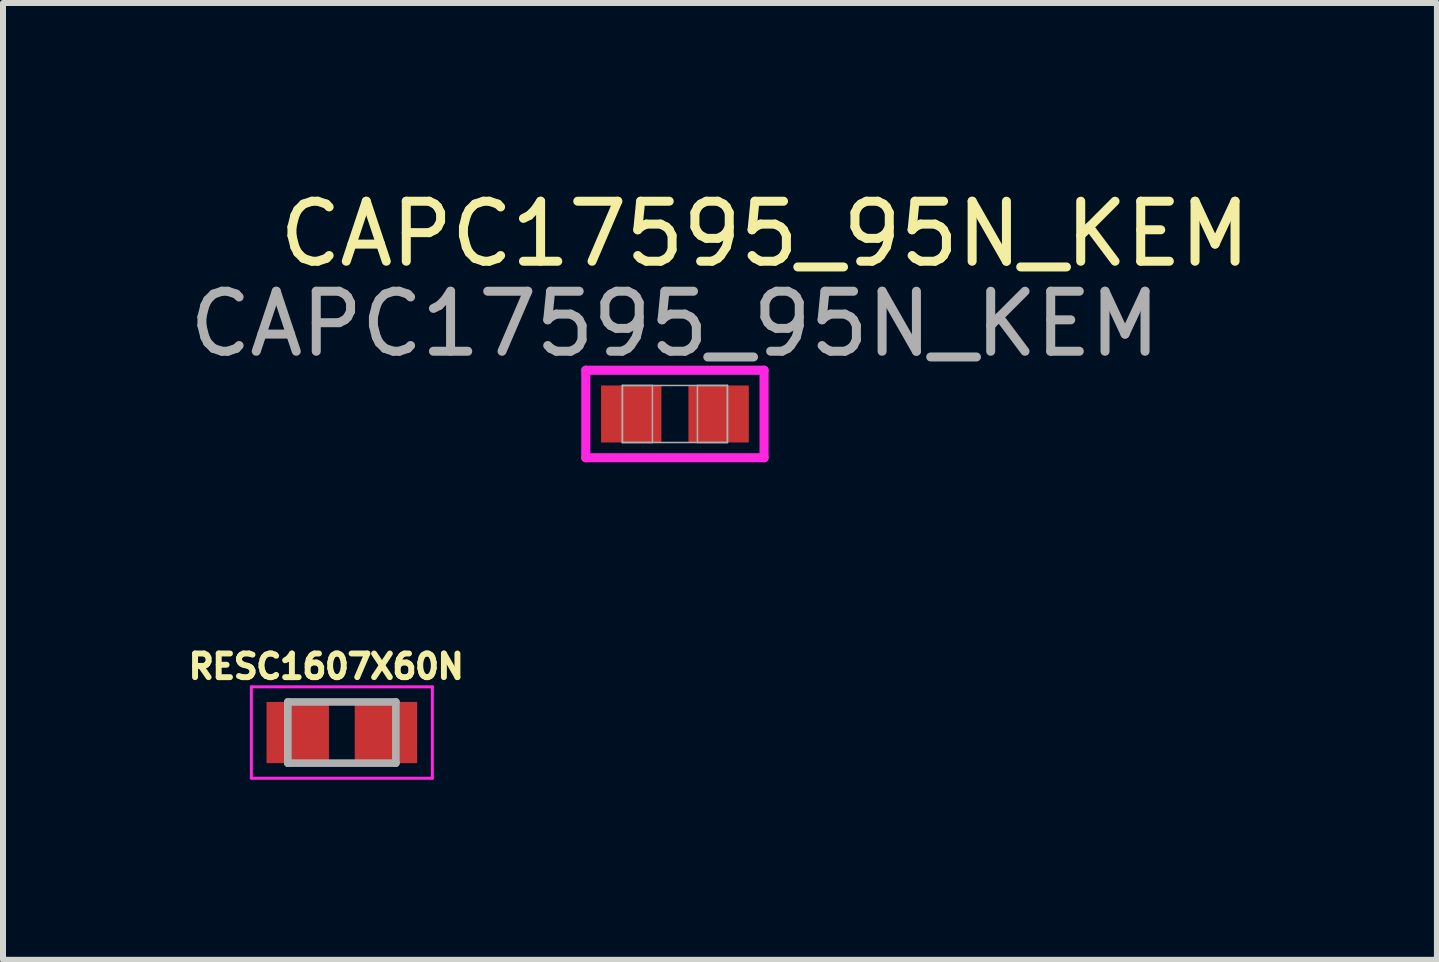
<source format=kicad_pcb>
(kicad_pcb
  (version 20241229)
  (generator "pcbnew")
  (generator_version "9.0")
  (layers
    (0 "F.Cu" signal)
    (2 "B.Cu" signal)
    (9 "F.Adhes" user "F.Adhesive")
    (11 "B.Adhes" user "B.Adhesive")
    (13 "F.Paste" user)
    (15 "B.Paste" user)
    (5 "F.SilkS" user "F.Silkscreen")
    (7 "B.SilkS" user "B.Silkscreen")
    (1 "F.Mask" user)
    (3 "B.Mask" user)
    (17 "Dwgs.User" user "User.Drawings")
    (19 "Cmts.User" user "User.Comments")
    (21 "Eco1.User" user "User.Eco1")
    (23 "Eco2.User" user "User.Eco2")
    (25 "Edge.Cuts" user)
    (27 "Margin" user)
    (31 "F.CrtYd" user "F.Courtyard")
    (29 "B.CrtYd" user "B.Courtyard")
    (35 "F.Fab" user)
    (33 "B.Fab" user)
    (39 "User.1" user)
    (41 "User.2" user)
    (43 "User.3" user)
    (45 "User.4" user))
  (footprint "CAPC17595_95N_KEM"
    (layer "F.Cu")
    (at 8.196 3.848)
    (property "Reference" "CAPC17595_95N_KEM" (at 1.5 -3 0) (unlocked yes) (layer "F.SilkS") (effects (font (size 1 1) (thickness 0.15))))
    (attr smd)
    (fp_line (start -1.485 -0.729) (end 1.485 -0.729) (stroke (width 0.152) (type solid)) (layer "F.CrtYd"))
    (fp_line (start -1.485 0.729) (end -1.485 -0.729) (stroke (width 0.152) (type solid)) (layer "F.CrtYd"))
    (fp_line (start 1.485 -0.729) (end 1.485 0.729) (stroke (width 0.152) (type solid)) (layer "F.CrtYd"))
    (fp_line (start 1.485 0.729) (end -1.485 0.729) (stroke (width 0.152) (type solid)) (layer "F.CrtYd"))
    (fp_line (start -0.875 -0.475) (end -0.875 0.475) (stroke (width 0.025) (type solid)) (layer "F.Fab"))
    (fp_line (start -0.875 -0.475) (end -0.875 0.475) (stroke (width 0.025) (type solid)) (layer "F.Fab"))
    (fp_line (start -0.875 0.475) (end -0.375 0.475) (stroke (width 0.025) (type solid)) (layer "F.Fab"))
    (fp_line (start -0.875 0.475) (end 0.875 0.475) (stroke (width 0.025) (type solid)) (layer "F.Fab"))
    (fp_line (start -0.375 -0.475) (end -0.875 -0.475) (stroke (width 0.025) (type solid)) (layer "F.Fab"))
    (fp_line (start -0.375 0.475) (end -0.375 -0.475) (stroke (width 0.025) (type solid)) (layer "F.Fab"))
    (fp_line (start 0.375 -0.475) (end 0.375 0.475) (stroke (width 0.025) (type solid)) (layer "F.Fab"))
    (fp_line (start 0.375 0.475) (end 0.875 0.475) (stroke (width 0.025) (type solid)) (layer "F.Fab"))
    (fp_line (start 0.875 -0.475) (end -0.875 -0.475) (stroke (width 0.025) (type solid)) (layer "F.Fab"))
    (fp_line (start 0.875 -0.475) (end 0.375 -0.475) (stroke (width 0.025) (type solid)) (layer "F.Fab"))
    (fp_line (start 0.875 0.475) (end 0.875 -0.475) (stroke (width 0.025) (type solid)) (layer "F.Fab"))
    (fp_line (start 0.875 0.475) (end 0.875 -0.475) (stroke (width 0.025) (type solid)) (layer "F.Fab"))
    (fp_text user "${REFERENCE}" (at 0 -1.5 0) (unlocked yes) (layer "F.Fab") (effects (font (size 1 1) (thickness 0.15))))
    (pad "1" smd rect (at -0.728 0) (size 1.006 0.95) (layers "F.Cu" "F.Mask" "F.Paste"))
    (pad "2" smd rect (at 0.728 0) (size 1.006 0.95) (layers "F.Cu" "F.Mask" "F.Paste"))
    (zone (net_name "") (layer "F.Cu") (hatch full 0.508) (connect_pads) (min_thickness 0.254) (filled_areas_thickness no) (keepout (tracks not_allowed) (vias not_allowed) (pads allowed) (copperpour not_allowed) (footprints allowed)) (placement (enabled no)) (fill) (polygon (pts (xy 8.022 3.424) (xy 8.371 3.424) (xy 8.371 4.272) (xy 8.022 4.272)))))
  (footprint "RESC1607X60N"
    (layer "F.Cu")
    (at 2.646 9.156)
    (property "Reference" "RESC1607X60N" (at -0.26 -1.1 0) (layer "F.SilkS") (effects (font (size 0.394 0.394) (thickness 0.15))))
    (attr smd)
    (fp_line (start -1.508 -0.761) (end 1.508 -0.761) (stroke (width 0.05) (type solid)) (layer "F.CrtYd"))
    (fp_line (start -1.508 0.761) (end -1.508 -0.761) (stroke (width 0.05) (type solid)) (layer "F.CrtYd"))
    (fp_line (start -1.508 0.761) (end 1.508 0.761) (stroke (width 0.05) (type solid)) (layer "F.CrtYd"))
    (fp_line (start 1.508 0.761) (end 1.508 -0.761) (stroke (width 0.05) (type solid)) (layer "F.CrtYd"))
    (fp_line (start -0.9 0.51) (end -0.9 -0.51) (stroke (width 0.127) (type solid)) (layer "F.Fab"))
    (fp_line (start 0.9 -0.51) (end -0.9 -0.51) (stroke (width 0.127) (type solid)) (layer "F.Fab"))
    (fp_line (start 0.9 0.51) (end -0.9 0.51) (stroke (width 0.127) (type solid)) (layer "F.Fab"))
    (fp_line (start 0.9 0.51) (end 0.9 -0.51) (stroke (width 0.127) (type solid)) (layer "F.Fab"))
    (pad "1" smd rect (at -0.735 0) (size 1.04 1.02) (layers "F.Cu" "F.Mask" "F.Paste"))
    (pad "2" smd rect (at 0.735 0) (size 1.04 1.02) (layers "F.Cu" "F.Mask" "F.Paste")))
  (gr_rect
    (start -3 -3)
    (end 20.893 12.943)
    (stroke (width 0.1) (type default))
    (fill no)
    (layer "Edge.Cuts")))
</source>
